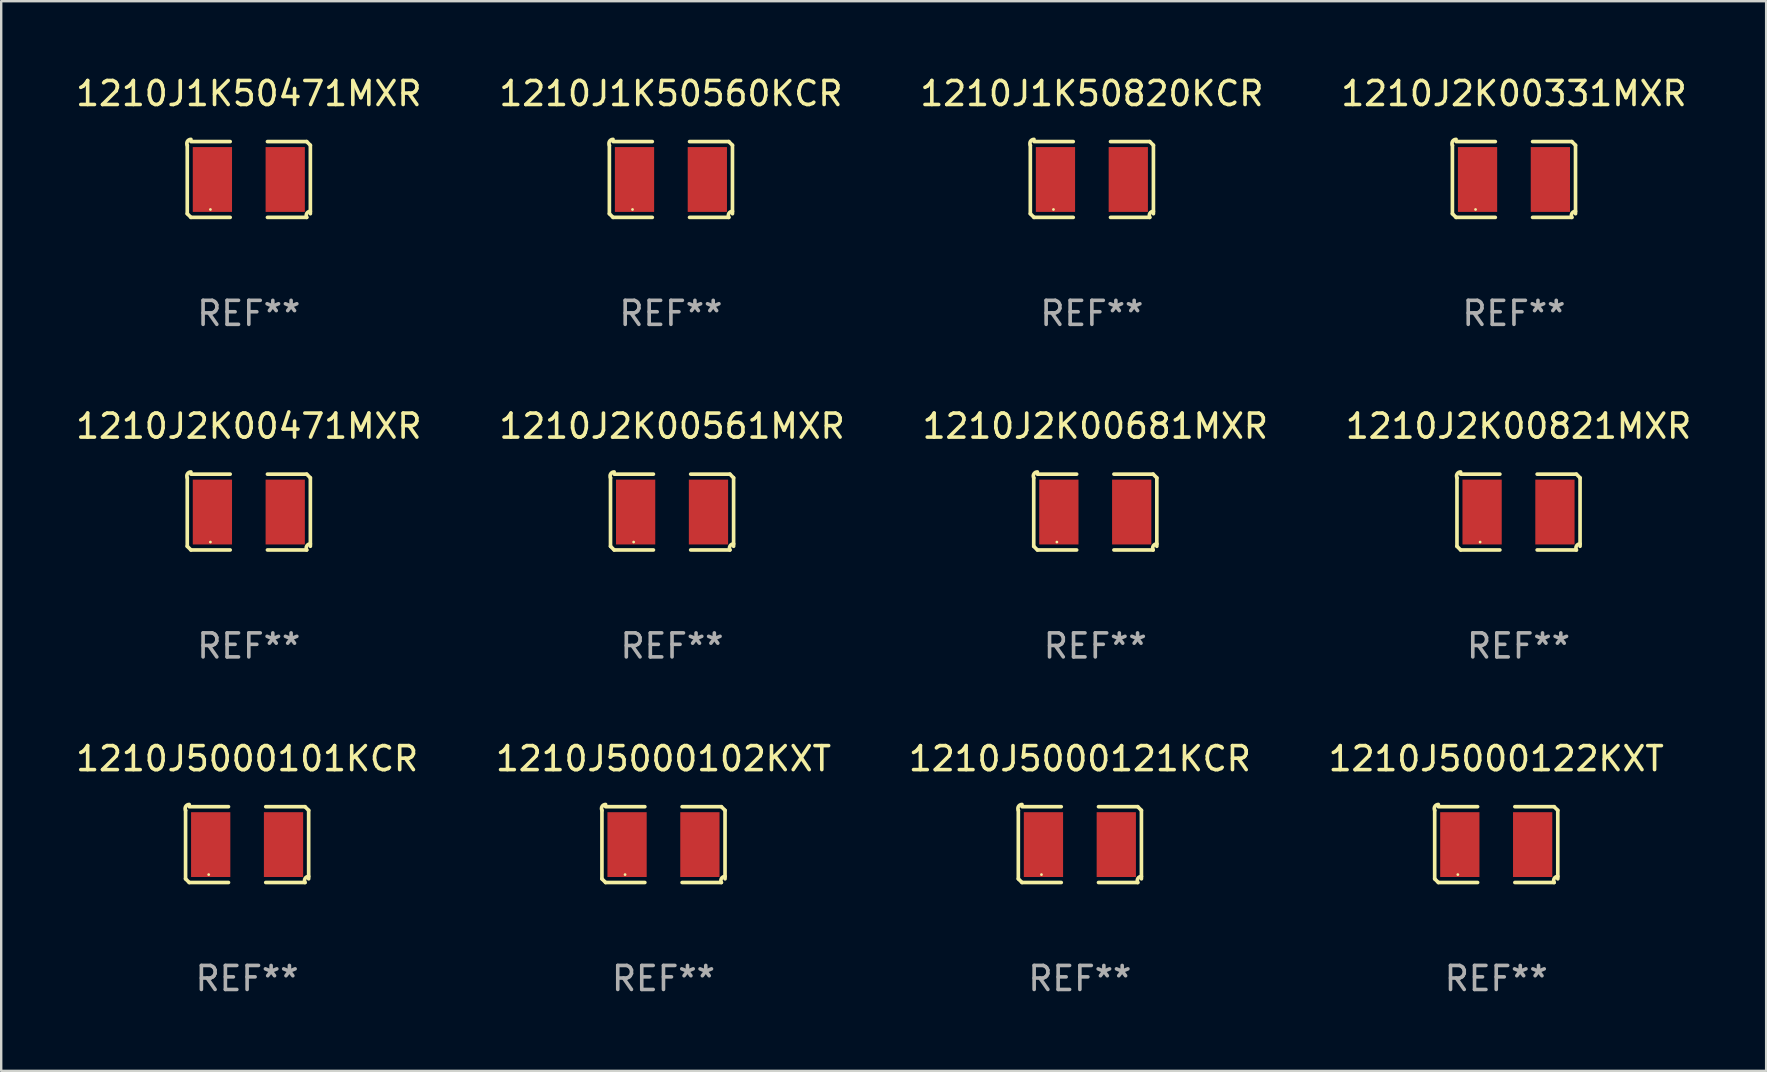
<source format=kicad_pcb>
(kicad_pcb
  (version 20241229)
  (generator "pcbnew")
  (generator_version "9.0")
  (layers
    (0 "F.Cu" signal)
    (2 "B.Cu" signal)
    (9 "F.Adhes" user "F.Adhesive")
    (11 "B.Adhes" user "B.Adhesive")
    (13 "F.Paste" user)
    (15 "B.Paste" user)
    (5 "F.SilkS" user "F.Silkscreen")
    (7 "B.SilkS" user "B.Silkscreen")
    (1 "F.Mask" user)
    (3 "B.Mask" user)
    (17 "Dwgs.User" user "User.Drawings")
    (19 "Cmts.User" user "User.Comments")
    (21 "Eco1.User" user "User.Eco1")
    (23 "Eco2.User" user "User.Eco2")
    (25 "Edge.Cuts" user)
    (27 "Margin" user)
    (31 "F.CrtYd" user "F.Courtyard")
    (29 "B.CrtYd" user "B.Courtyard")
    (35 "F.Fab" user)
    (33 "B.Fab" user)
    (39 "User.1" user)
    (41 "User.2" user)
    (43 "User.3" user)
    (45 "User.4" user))
  (footprint "1210J1K50560KCR"
    (layer "F.Cu")
    (at 24.899 4.427)
    (property "Reference" "1210J1K50560KCR" (at 0 -3.579 0) (layer "F.SilkS") (effects (font (size 1 1) (thickness 0.15))))
    (attr through_hole)
    (fp_line (start -2.564 1.426) (end -2.564 -1.426) (stroke (width 0.152) (type solid)) (layer "F.SilkS"))
    (fp_line (start -2.411 -1.579) (end -0.776 -1.579) (stroke (width 0.152) (type solid)) (layer "F.SilkS"))
    (fp_line (start -0.776 1.579) (end -2.411 1.579) (stroke (width 0.152) (type solid)) (layer "F.SilkS"))
    (fp_line (start 0.776 1.579) (end 2.411 1.579) (stroke (width 0.152) (type solid)) (layer "F.SilkS"))
    (fp_line (start 2.411 -1.579) (end 0.776 -1.579) (stroke (width 0.152) (type solid)) (layer "F.SilkS"))
    (fp_line (start 2.564 1.426) (end 2.564 -1.426) (stroke (width 0.152) (type solid)) (layer "F.SilkS"))
    (fp_arc (start -2.563602 -1.426213) (mid -2.555597 -1.591233) (end -2.411201 -1.671518) (stroke (width 0.1524) (type solid)) (layer "F.SilkS"))
    (fp_arc (start -2.5636 1.426214) (mid -2.487389 1.502402) (end -2.411201 1.578613) (stroke (width 0.1524) (type solid)) (layer "F.SilkS"))
    (fp_arc (start 2.411197 -1.578618) (mid 2.487403 -1.502419) (end 2.563602 -1.426213) (stroke (width 0.1524) (type solid)) (layer "F.SilkS"))
    (fp_arc (start 2.411201 1.578613) (mid 2.416214 1.409455) (end 2.563602 1.32629) (stroke (width 0.1524) (type solid)) (layer "F.SilkS"))
    (fp_circle (center -1.6 1.25) (end -1.57 1.25) (stroke (width 0.06) (type solid)) (fill no) (layer "F.SilkS"))
    (fp_text user "REF**" (at 0 5.579 0) (layer "F.Fab") (effects (font (size 1 1) (thickness 0.15))))
    (pad "1" smd rect (at -1.517 0) (size 1.635 2.7) (layers "F.Cu" "F.Mask" "F.Paste"))
    (pad "2" smd rect (at 1.517 0) (size 1.635 2.7) (layers "F.Cu" "F.Mask" "F.Paste")))
  (footprint "1210J5000121KCR"
    (layer "F.Cu")
    (at 41.935 32.134)
    (property "Reference" "1210J5000121KCR" (at 0 -3.579 0) (layer "F.SilkS") (effects (font (size 1 1) (thickness 0.15))))
    (attr through_hole)
    (fp_line (start -2.564 1.426) (end -2.564 -1.426) (stroke (width 0.152) (type solid)) (layer "F.SilkS"))
    (fp_line (start -2.411 -1.579) (end -0.776 -1.579) (stroke (width 0.152) (type solid)) (layer "F.SilkS"))
    (fp_line (start -0.776 1.579) (end -2.411 1.579) (stroke (width 0.152) (type solid)) (layer "F.SilkS"))
    (fp_line (start 0.776 1.579) (end 2.411 1.579) (stroke (width 0.152) (type solid)) (layer "F.SilkS"))
    (fp_line (start 2.411 -1.579) (end 0.776 -1.579) (stroke (width 0.152) (type solid)) (layer "F.SilkS"))
    (fp_line (start 2.564 1.426) (end 2.564 -1.426) (stroke (width 0.152) (type solid)) (layer "F.SilkS"))
    (fp_arc (start -2.563602 -1.426213) (mid -2.555597 -1.591233) (end -2.411201 -1.671518) (stroke (width 0.1524) (type solid)) (layer "F.SilkS"))
    (fp_arc (start -2.5636 1.426214) (mid -2.487389 1.502402) (end -2.411201 1.578613) (stroke (width 0.1524) (type solid)) (layer "F.SilkS"))
    (fp_arc (start 2.411197 -1.578618) (mid 2.487403 -1.502419) (end 2.563602 -1.426213) (stroke (width 0.1524) (type solid)) (layer "F.SilkS"))
    (fp_arc (start 2.411201 1.578613) (mid 2.416214 1.409455) (end 2.563602 1.32629) (stroke (width 0.1524) (type solid)) (layer "F.SilkS"))
    (fp_circle (center -1.6 1.25) (end -1.57 1.25) (stroke (width 0.06) (type solid)) (fill no) (layer "F.SilkS"))
    (fp_text user "REF**" (at 0 5.579 0) (layer "F.Fab") (effects (font (size 1 1) (thickness 0.15))))
    (pad "1" smd rect (at -1.517 0) (size 1.635 2.7) (layers "F.Cu" "F.Mask" "F.Paste"))
    (pad "2" smd rect (at 1.517 0) (size 1.635 2.7) (layers "F.Cu" "F.Mask" "F.Paste")))
  (footprint "1210J1K50820KCR"
    (layer "F.Cu")
    (at 42.435 4.427)
    (property "Reference" "1210J1K50820KCR" (at 0 -3.579 0) (layer "F.SilkS") (effects (font (size 1 1) (thickness 0.15))))
    (attr through_hole)
    (fp_line (start -2.564 1.426) (end -2.564 -1.426) (stroke (width 0.152) (type solid)) (layer "F.SilkS"))
    (fp_line (start -2.411 -1.579) (end -0.776 -1.579) (stroke (width 0.152) (type solid)) (layer "F.SilkS"))
    (fp_line (start -0.776 1.579) (end -2.411 1.579) (stroke (width 0.152) (type solid)) (layer "F.SilkS"))
    (fp_line (start 0.776 1.579) (end 2.411 1.579) (stroke (width 0.152) (type solid)) (layer "F.SilkS"))
    (fp_line (start 2.411 -1.579) (end 0.776 -1.579) (stroke (width 0.152) (type solid)) (layer "F.SilkS"))
    (fp_line (start 2.564 1.426) (end 2.564 -1.426) (stroke (width 0.152) (type solid)) (layer "F.SilkS"))
    (fp_arc (start -2.563602 -1.426213) (mid -2.555597 -1.591233) (end -2.411201 -1.671518) (stroke (width 0.1524) (type solid)) (layer "F.SilkS"))
    (fp_arc (start -2.5636 1.426214) (mid -2.487389 1.502402) (end -2.411201 1.578613) (stroke (width 0.1524) (type solid)) (layer "F.SilkS"))
    (fp_arc (start 2.411197 -1.578618) (mid 2.487403 -1.502419) (end 2.563602 -1.426213) (stroke (width 0.1524) (type solid)) (layer "F.SilkS"))
    (fp_arc (start 2.411201 1.578613) (mid 2.416214 1.409455) (end 2.563602 1.32629) (stroke (width 0.1524) (type solid)) (layer "F.SilkS"))
    (fp_circle (center -1.6 1.25) (end -1.57 1.25) (stroke (width 0.06) (type solid)) (fill no) (layer "F.SilkS"))
    (fp_text user "REF**" (at 0 5.579 0) (layer "F.Fab") (effects (font (size 1 1) (thickness 0.15))))
    (pad "1" smd rect (at -1.517 0) (size 1.635 2.7) (layers "F.Cu" "F.Mask" "F.Paste"))
    (pad "2" smd rect (at 1.517 0) (size 1.635 2.7) (layers "F.Cu" "F.Mask" "F.Paste")))
  (footprint "1210J2K00331MXR"
    (layer "F.Cu")
    (at 60.018 4.427)
    (property "Reference" "1210J2K00331MXR" (at 0 -3.579 0) (layer "F.SilkS") (effects (font (size 1 1) (thickness 0.15))))
    (attr through_hole)
    (fp_line (start -2.564 1.426) (end -2.564 -1.426) (stroke (width 0.152) (type solid)) (layer "F.SilkS"))
    (fp_line (start -2.411 -1.579) (end -0.776 -1.579) (stroke (width 0.152) (type solid)) (layer "F.SilkS"))
    (fp_line (start -0.776 1.579) (end -2.411 1.579) (stroke (width 0.152) (type solid)) (layer "F.SilkS"))
    (fp_line (start 0.776 1.579) (end 2.411 1.579) (stroke (width 0.152) (type solid)) (layer "F.SilkS"))
    (fp_line (start 2.411 -1.579) (end 0.776 -1.579) (stroke (width 0.152) (type solid)) (layer "F.SilkS"))
    (fp_line (start 2.564 1.426) (end 2.564 -1.426) (stroke (width 0.152) (type solid)) (layer "F.SilkS"))
    (fp_arc (start -2.563602 -1.426213) (mid -2.555597 -1.591233) (end -2.411201 -1.671518) (stroke (width 0.1524) (type solid)) (layer "F.SilkS"))
    (fp_arc (start -2.5636 1.426214) (mid -2.487389 1.502402) (end -2.411201 1.578613) (stroke (width 0.1524) (type solid)) (layer "F.SilkS"))
    (fp_arc (start 2.411197 -1.578618) (mid 2.487403 -1.502419) (end 2.563602 -1.426213) (stroke (width 0.1524) (type solid)) (layer "F.SilkS"))
    (fp_arc (start 2.411201 1.578613) (mid 2.416214 1.409455) (end 2.563602 1.32629) (stroke (width 0.1524) (type solid)) (layer "F.SilkS"))
    (fp_circle (center -1.6 1.25) (end -1.57 1.25) (stroke (width 0.06) (type solid)) (fill no) (layer "F.SilkS"))
    (fp_text user "REF**" (at 0 5.579 0) (layer "F.Fab") (effects (font (size 1 1) (thickness 0.15))))
    (pad "1" smd rect (at -1.517 0) (size 1.635 2.7) (layers "F.Cu" "F.Mask" "F.Paste"))
    (pad "2" smd rect (at 1.517 0) (size 1.635 2.7) (layers "F.Cu" "F.Mask" "F.Paste")))
  (footprint "1210J2K00681MXR"
    (layer "F.Cu")
    (at 42.577 18.281)
    (property "Reference" "1210J2K00681MXR" (at 0 -3.579 0) (layer "F.SilkS") (effects (font (size 1 1) (thickness 0.15))))
    (attr through_hole)
    (fp_line (start -2.564 1.426) (end -2.564 -1.426) (stroke (width 0.152) (type solid)) (layer "F.SilkS"))
    (fp_line (start -2.411 -1.579) (end -0.776 -1.579) (stroke (width 0.152) (type solid)) (layer "F.SilkS"))
    (fp_line (start -0.776 1.579) (end -2.411 1.579) (stroke (width 0.152) (type solid)) (layer "F.SilkS"))
    (fp_line (start 0.776 1.579) (end 2.411 1.579) (stroke (width 0.152) (type solid)) (layer "F.SilkS"))
    (fp_line (start 2.411 -1.579) (end 0.776 -1.579) (stroke (width 0.152) (type solid)) (layer "F.SilkS"))
    (fp_line (start 2.564 1.426) (end 2.564 -1.426) (stroke (width 0.152) (type solid)) (layer "F.SilkS"))
    (fp_arc (start -2.563602 -1.426213) (mid -2.555597 -1.591233) (end -2.411201 -1.671518) (stroke (width 0.1524) (type solid)) (layer "F.SilkS"))
    (fp_arc (start -2.5636 1.426214) (mid -2.487389 1.502402) (end -2.411201 1.578613) (stroke (width 0.1524) (type solid)) (layer "F.SilkS"))
    (fp_arc (start 2.411197 -1.578618) (mid 2.487403 -1.502419) (end 2.563602 -1.426213) (stroke (width 0.1524) (type solid)) (layer "F.SilkS"))
    (fp_arc (start 2.411201 1.578613) (mid 2.416214 1.409455) (end 2.563602 1.32629) (stroke (width 0.1524) (type solid)) (layer "F.SilkS"))
    (fp_circle (center -1.6 1.25) (end -1.57 1.25) (stroke (width 0.06) (type solid)) (fill no) (layer "F.SilkS"))
    (fp_text user "REF**" (at 0 5.579 0) (layer "F.Fab") (effects (font (size 1 1) (thickness 0.15))))
    (pad "1" smd rect (at -1.517 0) (size 1.635 2.7) (layers "F.Cu" "F.Mask" "F.Paste"))
    (pad "2" smd rect (at 1.517 0) (size 1.635 2.7) (layers "F.Cu" "F.Mask" "F.Paste")))
  (footprint "1210J5000102KXT"
    (layer "F.Cu")
    (at 24.589 32.134)
    (property "Reference" "1210J5000102KXT" (at 0 -3.579 0) (layer "F.SilkS") (effects (font (size 1 1) (thickness 0.15))))
    (attr through_hole)
    (fp_line (start -2.564 1.426) (end -2.564 -1.426) (stroke (width 0.152) (type solid)) (layer "F.SilkS"))
    (fp_line (start -2.411 -1.579) (end -0.776 -1.579) (stroke (width 0.152) (type solid)) (layer "F.SilkS"))
    (fp_line (start -0.776 1.579) (end -2.411 1.579) (stroke (width 0.152) (type solid)) (layer "F.SilkS"))
    (fp_line (start 0.776 1.579) (end 2.411 1.579) (stroke (width 0.152) (type solid)) (layer "F.SilkS"))
    (fp_line (start 2.411 -1.579) (end 0.776 -1.579) (stroke (width 0.152) (type solid)) (layer "F.SilkS"))
    (fp_line (start 2.564 1.426) (end 2.564 -1.426) (stroke (width 0.152) (type solid)) (layer "F.SilkS"))
    (fp_arc (start -2.563602 -1.426213) (mid -2.555597 -1.591233) (end -2.411201 -1.671518) (stroke (width 0.1524) (type solid)) (layer "F.SilkS"))
    (fp_arc (start -2.5636 1.426214) (mid -2.487389 1.502402) (end -2.411201 1.578613) (stroke (width 0.1524) (type solid)) (layer "F.SilkS"))
    (fp_arc (start 2.411197 -1.578618) (mid 2.487403 -1.502419) (end 2.563602 -1.426213) (stroke (width 0.1524) (type solid)) (layer "F.SilkS"))
    (fp_arc (start 2.411201 1.578613) (mid 2.416214 1.409455) (end 2.563602 1.32629) (stroke (width 0.1524) (type solid)) (layer "F.SilkS"))
    (fp_circle (center -1.6 1.25) (end -1.57 1.25) (stroke (width 0.06) (type solid)) (fill no) (layer "F.SilkS"))
    (fp_text user "REF**" (at 0 5.579 0) (layer "F.Fab") (effects (font (size 1 1) (thickness 0.15))))
    (pad "1" smd rect (at -1.517 0) (size 1.635 2.7) (layers "F.Cu" "F.Mask" "F.Paste"))
    (pad "2" smd rect (at 1.517 0) (size 1.635 2.7) (layers "F.Cu" "F.Mask" "F.Paste")))
  (footprint "1210J1K50471MXR"
    (layer "F.Cu")
    (at 7.315 4.427)
    (property "Reference" "1210J1K50471MXR" (at 0 -3.579 0) (layer "F.SilkS") (effects (font (size 1 1) (thickness 0.15))))
    (attr through_hole)
    (fp_line (start -2.564 1.426) (end -2.564 -1.426) (stroke (width 0.152) (type solid)) (layer "F.SilkS"))
    (fp_line (start -2.411 -1.579) (end -0.776 -1.579) (stroke (width 0.152) (type solid)) (layer "F.SilkS"))
    (fp_line (start -0.776 1.579) (end -2.411 1.579) (stroke (width 0.152) (type solid)) (layer "F.SilkS"))
    (fp_line (start 0.776 1.579) (end 2.411 1.579) (stroke (width 0.152) (type solid)) (layer "F.SilkS"))
    (fp_line (start 2.411 -1.579) (end 0.776 -1.579) (stroke (width 0.152) (type solid)) (layer "F.SilkS"))
    (fp_line (start 2.564 1.426) (end 2.564 -1.426) (stroke (width 0.152) (type solid)) (layer "F.SilkS"))
    (fp_arc (start -2.563602 -1.426213) (mid -2.555597 -1.591233) (end -2.411201 -1.671518) (stroke (width 0.1524) (type solid)) (layer "F.SilkS"))
    (fp_arc (start -2.5636 1.426214) (mid -2.487389 1.502402) (end -2.411201 1.578613) (stroke (width 0.1524) (type solid)) (layer "F.SilkS"))
    (fp_arc (start 2.411197 -1.578618) (mid 2.487403 -1.502419) (end 2.563602 -1.426213) (stroke (width 0.1524) (type solid)) (layer "F.SilkS"))
    (fp_arc (start 2.411201 1.578613) (mid 2.416214 1.409455) (end 2.563602 1.32629) (stroke (width 0.1524) (type solid)) (layer "F.SilkS"))
    (fp_circle (center -1.6 1.25) (end -1.57 1.25) (stroke (width 0.06) (type solid)) (fill no) (layer "F.SilkS"))
    (fp_text user "REF**" (at 0 5.579 0) (layer "F.Fab") (effects (font (size 1 1) (thickness 0.15))))
    (pad "1" smd rect (at -1.517 0) (size 1.635 2.7) (layers "F.Cu" "F.Mask" "F.Paste"))
    (pad "2" smd rect (at 1.517 0) (size 1.635 2.7) (layers "F.Cu" "F.Mask" "F.Paste")))
  (footprint "1210J5000122KXT"
    (layer "F.Cu")
    (at 59.28 32.134)
    (property "Reference" "1210J5000122KXT" (at 0 -3.579 0) (layer "F.SilkS") (effects (font (size 1 1) (thickness 0.15))))
    (attr through_hole)
    (fp_line (start -2.564 1.426) (end -2.564 -1.426) (stroke (width 0.152) (type solid)) (layer "F.SilkS"))
    (fp_line (start -2.411 -1.579) (end -0.776 -1.579) (stroke (width 0.152) (type solid)) (layer "F.SilkS"))
    (fp_line (start -0.776 1.579) (end -2.411 1.579) (stroke (width 0.152) (type solid)) (layer "F.SilkS"))
    (fp_line (start 0.776 1.579) (end 2.411 1.579) (stroke (width 0.152) (type solid)) (layer "F.SilkS"))
    (fp_line (start 2.411 -1.579) (end 0.776 -1.579) (stroke (width 0.152) (type solid)) (layer "F.SilkS"))
    (fp_line (start 2.564 1.426) (end 2.564 -1.426) (stroke (width 0.152) (type solid)) (layer "F.SilkS"))
    (fp_arc (start -2.563602 -1.426213) (mid -2.555597 -1.591233) (end -2.411201 -1.671518) (stroke (width 0.1524) (type solid)) (layer "F.SilkS"))
    (fp_arc (start -2.5636 1.426214) (mid -2.487389 1.502402) (end -2.411201 1.578613) (stroke (width 0.1524) (type solid)) (layer "F.SilkS"))
    (fp_arc (start 2.411197 -1.578618) (mid 2.487403 -1.502419) (end 2.563602 -1.426213) (stroke (width 0.1524) (type solid)) (layer "F.SilkS"))
    (fp_arc (start 2.411201 1.578613) (mid 2.416214 1.409455) (end 2.563602 1.32629) (stroke (width 0.1524) (type solid)) (layer "F.SilkS"))
    (fp_circle (center -1.6 1.25) (end -1.57 1.25) (stroke (width 0.06) (type solid)) (fill no) (layer "F.SilkS"))
    (fp_text user "REF**" (at 0 5.579 0) (layer "F.Fab") (effects (font (size 1 1) (thickness 0.15))))
    (pad "1" smd rect (at -1.517 0) (size 1.635 2.7) (layers "F.Cu" "F.Mask" "F.Paste"))
    (pad "2" smd rect (at 1.517 0) (size 1.635 2.7) (layers "F.Cu" "F.Mask" "F.Paste")))
  (footprint "1210J2K00471MXR"
    (layer "F.Cu")
    (at 7.315 18.281)
    (property "Reference" "1210J2K00471MXR" (at 0 -3.579 0) (layer "F.SilkS") (effects (font (size 1 1) (thickness 0.15))))
    (attr through_hole)
    (fp_line (start -2.564 1.426) (end -2.564 -1.426) (stroke (width 0.152) (type solid)) (layer "F.SilkS"))
    (fp_line (start -2.411 -1.579) (end -0.776 -1.579) (stroke (width 0.152) (type solid)) (layer "F.SilkS"))
    (fp_line (start -0.776 1.579) (end -2.411 1.579) (stroke (width 0.152) (type solid)) (layer "F.SilkS"))
    (fp_line (start 0.776 1.579) (end 2.411 1.579) (stroke (width 0.152) (type solid)) (layer "F.SilkS"))
    (fp_line (start 2.411 -1.579) (end 0.776 -1.579) (stroke (width 0.152) (type solid)) (layer "F.SilkS"))
    (fp_line (start 2.564 1.426) (end 2.564 -1.426) (stroke (width 0.152) (type solid)) (layer "F.SilkS"))
    (fp_arc (start -2.563602 -1.426213) (mid -2.555597 -1.591233) (end -2.411201 -1.671518) (stroke (width 0.1524) (type solid)) (layer "F.SilkS"))
    (fp_arc (start -2.5636 1.426214) (mid -2.487389 1.502402) (end -2.411201 1.578613) (stroke (width 0.1524) (type solid)) (layer "F.SilkS"))
    (fp_arc (start 2.411197 -1.578618) (mid 2.487403 -1.502419) (end 2.563602 -1.426213) (stroke (width 0.1524) (type solid)) (layer "F.SilkS"))
    (fp_arc (start 2.411201 1.578613) (mid 2.416214 1.409455) (end 2.563602 1.32629) (stroke (width 0.1524) (type solid)) (layer "F.SilkS"))
    (fp_circle (center -1.6 1.25) (end -1.57 1.25) (stroke (width 0.06) (type solid)) (fill no) (layer "F.SilkS"))
    (fp_text user "REF**" (at 0 5.579 0) (layer "F.Fab") (effects (font (size 1 1) (thickness 0.15))))
    (pad "1" smd rect (at -1.517 0) (size 1.635 2.7) (layers "F.Cu" "F.Mask" "F.Paste"))
    (pad "2" smd rect (at 1.517 0) (size 1.635 2.7) (layers "F.Cu" "F.Mask" "F.Paste")))
  (footprint "1210J5000101KCR"
    (layer "F.Cu")
    (at 7.244 32.134)
    (property "Reference" "1210J5000101KCR" (at 0 -3.579 0) (layer "F.SilkS") (effects (font (size 1 1) (thickness 0.15))))
    (attr through_hole)
    (fp_line (start -2.564 1.426) (end -2.564 -1.426) (stroke (width 0.152) (type solid)) (layer "F.SilkS"))
    (fp_line (start -2.411 -1.579) (end -0.776 -1.579) (stroke (width 0.152) (type solid)) (layer "F.SilkS"))
    (fp_line (start -0.776 1.579) (end -2.411 1.579) (stroke (width 0.152) (type solid)) (layer "F.SilkS"))
    (fp_line (start 0.776 1.579) (end 2.411 1.579) (stroke (width 0.152) (type solid)) (layer "F.SilkS"))
    (fp_line (start 2.411 -1.579) (end 0.776 -1.579) (stroke (width 0.152) (type solid)) (layer "F.SilkS"))
    (fp_line (start 2.564 1.426) (end 2.564 -1.426) (stroke (width 0.152) (type solid)) (layer "F.SilkS"))
    (fp_arc (start -2.563602 -1.426213) (mid -2.555597 -1.591233) (end -2.411201 -1.671518) (stroke (width 0.1524) (type solid)) (layer "F.SilkS"))
    (fp_arc (start -2.5636 1.426214) (mid -2.487389 1.502402) (end -2.411201 1.578613) (stroke (width 0.1524) (type solid)) (layer "F.SilkS"))
    (fp_arc (start 2.411197 -1.578618) (mid 2.487403 -1.502419) (end 2.563602 -1.426213) (stroke (width 0.1524) (type solid)) (layer "F.SilkS"))
    (fp_arc (start 2.411201 1.578613) (mid 2.416214 1.409455) (end 2.563602 1.32629) (stroke (width 0.1524) (type solid)) (layer "F.SilkS"))
    (fp_circle (center -1.6 1.25) (end -1.57 1.25) (stroke (width 0.06) (type solid)) (fill no) (layer "F.SilkS"))
    (fp_text user "REF**" (at 0 5.579 0) (layer "F.Fab") (effects (font (size 1 1) (thickness 0.15))))
    (pad "1" smd rect (at -1.517 0) (size 1.635 2.7) (layers "F.Cu" "F.Mask" "F.Paste"))
    (pad "2" smd rect (at 1.517 0) (size 1.635 2.7) (layers "F.Cu" "F.Mask" "F.Paste")))
  (footprint "1210J2K00561MXR"
    (layer "F.Cu")
    (at 24.946 18.281)
    (property "Reference" "1210J2K00561MXR" (at 0 -3.579 0) (layer "F.SilkS") (effects (font (size 1 1) (thickness 0.15))))
    (attr through_hole)
    (fp_line (start -2.564 1.426) (end -2.564 -1.426) (stroke (width 0.152) (type solid)) (layer "F.SilkS"))
    (fp_line (start -2.411 -1.579) (end -0.776 -1.579) (stroke (width 0.152) (type solid)) (layer "F.SilkS"))
    (fp_line (start -0.776 1.579) (end -2.411 1.579) (stroke (width 0.152) (type solid)) (layer "F.SilkS"))
    (fp_line (start 0.776 1.579) (end 2.411 1.579) (stroke (width 0.152) (type solid)) (layer "F.SilkS"))
    (fp_line (start 2.411 -1.579) (end 0.776 -1.579) (stroke (width 0.152) (type solid)) (layer "F.SilkS"))
    (fp_line (start 2.564 1.426) (end 2.564 -1.426) (stroke (width 0.152) (type solid)) (layer "F.SilkS"))
    (fp_arc (start -2.563602 -1.426213) (mid -2.555597 -1.591233) (end -2.411201 -1.671518) (stroke (width 0.1524) (type solid)) (layer "F.SilkS"))
    (fp_arc (start -2.5636 1.426214) (mid -2.487389 1.502402) (end -2.411201 1.578613) (stroke (width 0.1524) (type solid)) (layer "F.SilkS"))
    (fp_arc (start 2.411197 -1.578618) (mid 2.487403 -1.502419) (end 2.563602 -1.426213) (stroke (width 0.1524) (type solid)) (layer "F.SilkS"))
    (fp_arc (start 2.411201 1.578613) (mid 2.416214 1.409455) (end 2.563602 1.32629) (stroke (width 0.1524) (type solid)) (layer "F.SilkS"))
    (fp_circle (center -1.6 1.25) (end -1.57 1.25) (stroke (width 0.06) (type solid)) (fill no) (layer "F.SilkS"))
    (fp_text user "REF**" (at 0 5.579 0) (layer "F.Fab") (effects (font (size 1 1) (thickness 0.15))))
    (pad "1" smd rect (at -1.517 0) (size 1.635 2.7) (layers "F.Cu" "F.Mask" "F.Paste"))
    (pad "2" smd rect (at 1.517 0) (size 1.635 2.7) (layers "F.Cu" "F.Mask" "F.Paste")))
  (footprint "1210J2K00821MXR"
    (layer "F.Cu")
    (at 60.208 18.281)
    (property "Reference" "1210J2K00821MXR" (at 0 -3.579 0) (layer "F.SilkS") (effects (font (size 1 1) (thickness 0.15))))
    (attr through_hole)
    (fp_line (start -2.564 1.426) (end -2.564 -1.426) (stroke (width 0.152) (type solid)) (layer "F.SilkS"))
    (fp_line (start -2.411 -1.579) (end -0.776 -1.579) (stroke (width 0.152) (type solid)) (layer "F.SilkS"))
    (fp_line (start -0.776 1.579) (end -2.411 1.579) (stroke (width 0.152) (type solid)) (layer "F.SilkS"))
    (fp_line (start 0.776 1.579) (end 2.411 1.579) (stroke (width 0.152) (type solid)) (layer "F.SilkS"))
    (fp_line (start 2.411 -1.579) (end 0.776 -1.579) (stroke (width 0.152) (type solid)) (layer "F.SilkS"))
    (fp_line (start 2.564 1.426) (end 2.564 -1.426) (stroke (width 0.152) (type solid)) (layer "F.SilkS"))
    (fp_arc (start -2.563602 -1.426213) (mid -2.555597 -1.591233) (end -2.411201 -1.671518) (stroke (width 0.1524) (type solid)) (layer "F.SilkS"))
    (fp_arc (start -2.5636 1.426214) (mid -2.487389 1.502402) (end -2.411201 1.578613) (stroke (width 0.1524) (type solid)) (layer "F.SilkS"))
    (fp_arc (start 2.411197 -1.578618) (mid 2.487403 -1.502419) (end 2.563602 -1.426213) (stroke (width 0.1524) (type solid)) (layer "F.SilkS"))
    (fp_arc (start 2.411201 1.578613) (mid 2.416214 1.409455) (end 2.563602 1.32629) (stroke (width 0.1524) (type solid)) (layer "F.SilkS"))
    (fp_circle (center -1.6 1.25) (end -1.57 1.25) (stroke (width 0.06) (type solid)) (fill no) (layer "F.SilkS"))
    (fp_text user "REF**" (at 0 5.579 0) (layer "F.Fab") (effects (font (size 1 1) (thickness 0.15))))
    (pad "1" smd rect (at -1.517 0) (size 1.635 2.7) (layers "F.Cu" "F.Mask" "F.Paste"))
    (pad "2" smd rect (at 1.517 0) (size 1.635 2.7) (layers "F.Cu" "F.Mask" "F.Paste")))
  (gr_rect
    (start -3 -3)
    (end 70.524 41.561)
    (stroke (width 0.1) (type default))
    (fill no)
    (layer "Edge.Cuts")))
</source>
